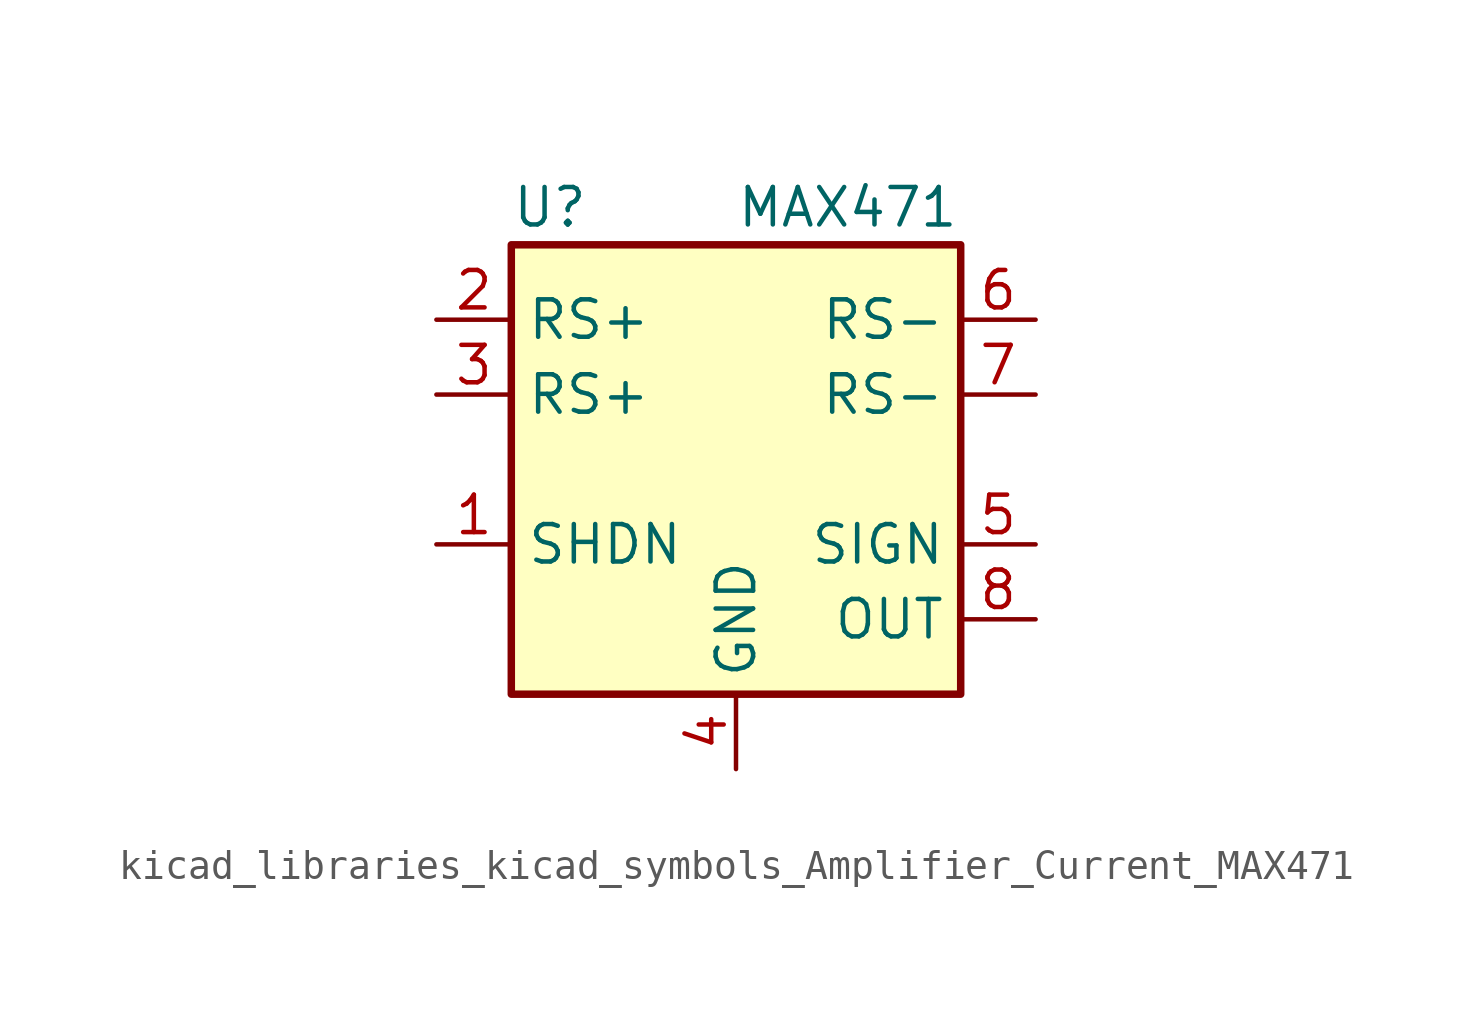
<source format=kicad_sym>
(kicad_symbol_lib
  (version 20220914)
  (generator kicad_symbol_editor)
  (symbol "kicad_libraries_kicad_symbols_Amplifier_Current_MAX471"
    (property "Reference" "U"
      (at -7.62 8.89 0)
      (effects (font (size 1.27 1.27)) (justify left)))
    (property "Value" "MAX471"
      (at 0 8.89 0)
      (effects (font (size 1.27 1.27)) (justify left)))
    (symbol "kicad_libraries_kicad_symbols_Amplifier_Current_MAX471_0_1"
      (rectangle (start -7.62 7.62) (end 7.62 -7.62) (stroke (width 0.254) (type default)) (fill (type background))))
    (symbol "kicad_libraries_kicad_symbols_Amplifier_Current_MAX471_1_1"
      (pin input line (at -10.16 -2.54 0) (length 2.54) (name "SHDN" (effects (font (size 1.27 1.27)))) (number "1" (effects (font (size 1.27 1.27)))))
      (pin input line (at -10.16 5.08 0) (length 2.54) (name "RS+" (effects (font (size 1.27 1.27)))) (number "2" (effects (font (size 1.27 1.27)))))
      (pin input line (at -10.16 2.54 0) (length 2.54) (name "RS+" (effects (font (size 1.27 1.27)))) (number "3" (effects (font (size 1.27 1.27)))))
      (pin power_in line (at 0 -10.16 90) (length 2.54) (name "GND" (effects (font (size 1.27 1.27)))) (number "4" (effects (font (size 1.27 1.27)))))
      (pin open_collector line (at 10.16 -2.54 180) (length 2.54) (name "SIGN" (effects (font (size 1.27 1.27)))) (number "5" (effects (font (size 1.27 1.27)))))
      (pin input line (at 10.16 5.08 180) (length 2.54) (name "RS-" (effects (font (size 1.27 1.27)))) (number "6" (effects (font (size 1.27 1.27)))))
      (pin input line (at 10.16 2.54 180) (length 2.54) (name "RS-" (effects (font (size 1.27 1.27)))) (number "7" (effects (font (size 1.27 1.27)))))
      (pin output line (at 10.16 -5.08 180) (length 2.54) (name "OUT" (effects (font (size 1.27 1.27)))) (number "8" (effects (font (size 1.27 1.27))))))))
</source>
